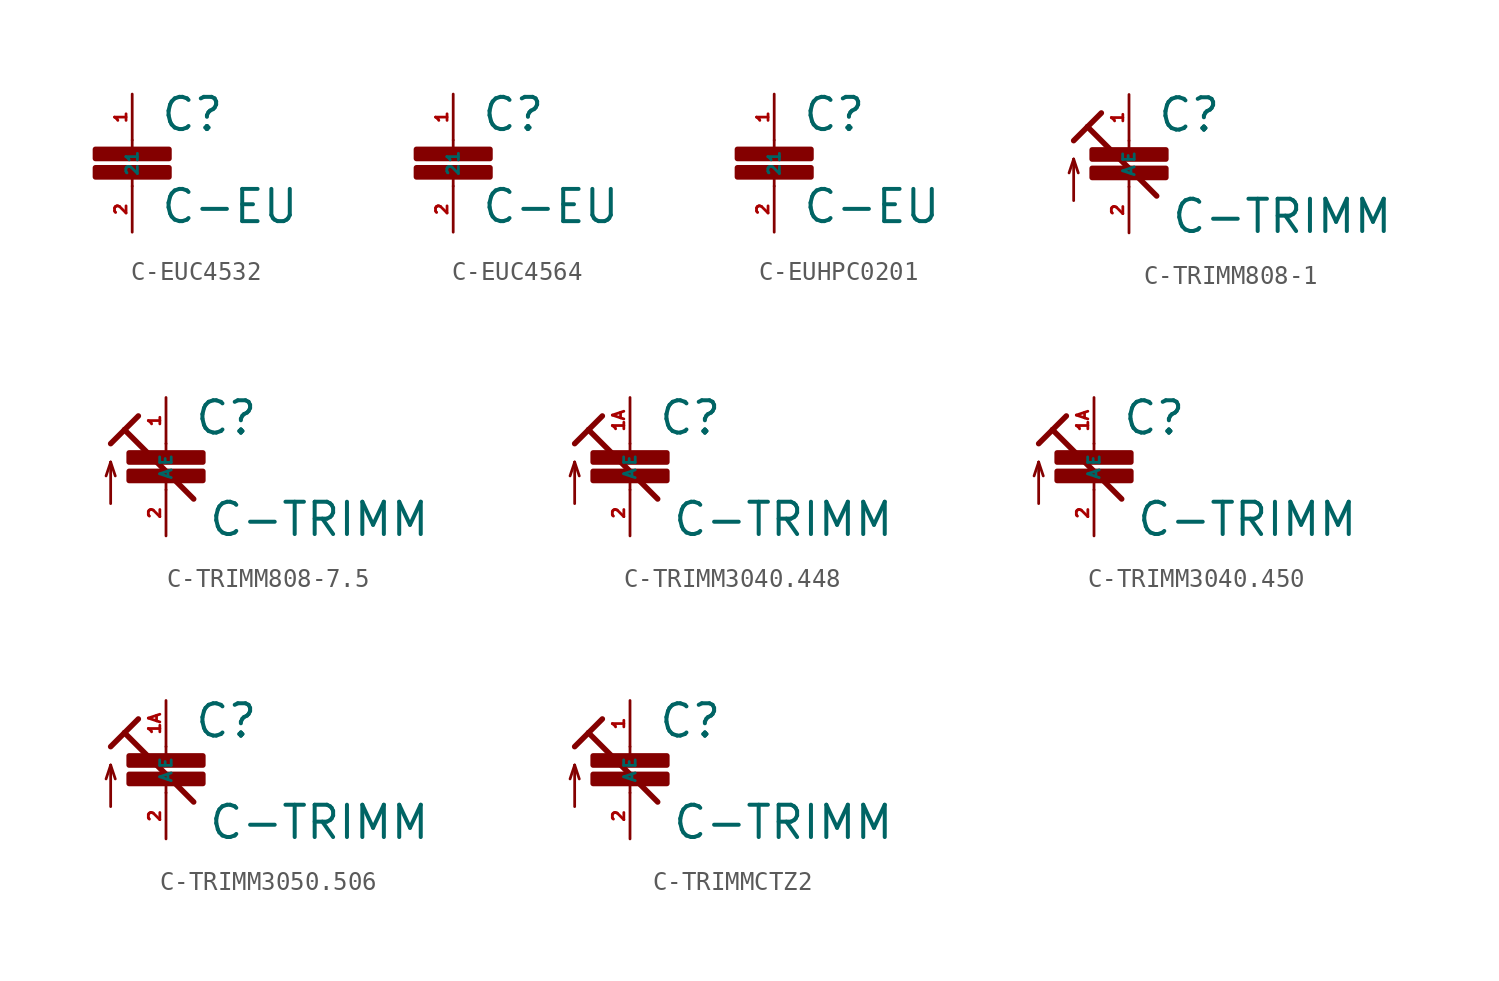
<source format=kicad_sym>
(kicad_symbol_lib
  (version 20220914)
  (generator Eagle2Kicad)
  (symbol "C-EUC4532"
    (property "Reference" "C"
      (at 1.524 0.381 0)
      (effects (font (size 1.778 1.778) (thickness 0.22)) (justify left bottom)))
    (property "Value" "C-EU"
      (at 1.524 -4.699 0)
      (effects (font (size 1.778 1.778) (thickness 0.22)) (justify left bottom)))
    (polyline
      (pts (xy 0 0) (xy 0 -0.508))
      (stroke (width 0.152) (type default))
      (fill (type none)))
    (polyline
      (pts (xy 0 -2.54) (xy 0 -2.032))
      (stroke (width 0.152) (type default))
      (fill (type none)))
    (rectangle
      (start -2.032 -2.032)
      (end 2.032 -1.524)
      (stroke (width 0.3) (type default))
      (fill (type outline)))
    (rectangle
      (start -2.032 -1.016)
      (end 2.032 -0.508)
      (stroke (width 0.3) (type default))
      (fill (type outline)))
    (pin passive line
      (at 0 2.54 270)
      (length 2.54)
      (name "1" (effects (font (size 0.635 0.635) (thickness 0.08)) (justify left bottom)))
      (number "1" (effects (font (size 0.635 0.635) (thickness 0.08)) (justify left bottom))))
    (pin passive line
      (at 0 -5.08 90)
      (length 2.54)
      (name "2" (effects (font (size 0.635 0.635) (thickness 0.08)) (justify left bottom)))
      (number "2" (effects (font (size 0.635 0.635) (thickness 0.08)) (justify left bottom)))))
  (symbol "C-EUC4564"
    (property "Reference" "C"
      (at 1.524 0.381 0)
      (effects (font (size 1.778 1.778) (thickness 0.22)) (justify left bottom)))
    (property "Value" "C-EU"
      (at 1.524 -4.699 0)
      (effects (font (size 1.778 1.778) (thickness 0.22)) (justify left bottom)))
    (polyline
      (pts (xy 0 0) (xy 0 -0.508))
      (stroke (width 0.152) (type default))
      (fill (type none)))
    (polyline
      (pts (xy 0 -2.54) (xy 0 -2.032))
      (stroke (width 0.152) (type default))
      (fill (type none)))
    (rectangle
      (start -2.032 -2.032)
      (end 2.032 -1.524)
      (stroke (width 0.3) (type default))
      (fill (type outline)))
    (rectangle
      (start -2.032 -1.016)
      (end 2.032 -0.508)
      (stroke (width 0.3) (type default))
      (fill (type outline)))
    (pin passive line
      (at 0 2.54 270)
      (length 2.54)
      (name "1" (effects (font (size 0.635 0.635) (thickness 0.08)) (justify left bottom)))
      (number "1" (effects (font (size 0.635 0.635) (thickness 0.08)) (justify left bottom))))
    (pin passive line
      (at 0 -5.08 90)
      (length 2.54)
      (name "2" (effects (font (size 0.635 0.635) (thickness 0.08)) (justify left bottom)))
      (number "2" (effects (font (size 0.635 0.635) (thickness 0.08)) (justify left bottom)))))
  (symbol "C-EUHPC0201"
    (property "Reference" "C"
      (at 1.524 0.381 0)
      (effects (font (size 1.778 1.778) (thickness 0.22)) (justify left bottom)))
    (property "Value" "C-EU"
      (at 1.524 -4.699 0)
      (effects (font (size 1.778 1.778) (thickness 0.22)) (justify left bottom)))
    (polyline
      (pts (xy 0 0) (xy 0 -0.508))
      (stroke (width 0.152) (type default))
      (fill (type none)))
    (polyline
      (pts (xy 0 -2.54) (xy 0 -2.032))
      (stroke (width 0.152) (type default))
      (fill (type none)))
    (rectangle
      (start -2.032 -2.032)
      (end 2.032 -1.524)
      (stroke (width 0.3) (type default))
      (fill (type outline)))
    (rectangle
      (start -2.032 -1.016)
      (end 2.032 -0.508)
      (stroke (width 0.3) (type default))
      (fill (type outline)))
    (pin passive line
      (at 0 2.54 270)
      (length 2.54)
      (name "1" (effects (font (size 0.635 0.635) (thickness 0.08)) (justify left bottom)))
      (number "1" (effects (font (size 0.635 0.635) (thickness 0.08)) (justify left bottom))))
    (pin passive line
      (at 0 -5.08 90)
      (length 2.54)
      (name "2" (effects (font (size 0.635 0.635) (thickness 0.08)) (justify left bottom)))
      (number "2" (effects (font (size 0.635 0.635) (thickness 0.08)) (justify left bottom)))))
  (symbol "C-TRIMM808-1"
    (property "Reference" "C"
      (at 1.524 0.381 0)
      (effects (font (size 1.778 1.778) (thickness 0.22)) (justify left bottom)))
    (property "Value" "C-TRIMM"
      (at 2.286 -5.207 0)
      (effects (font (size 1.778 1.778) (thickness 0.22)) (justify left bottom)))
    (polyline
      (pts (xy 0 0) (xy 0 -0.508))
      (stroke (width 0.152) (type default))
      (fill (type none)))
    (polyline
      (pts (xy 0 -2.54) (xy 0 -2.032))
      (stroke (width 0.152) (type default))
      (fill (type none)))
    (polyline
      (pts (xy 1.524 -3.048) (xy -2.286 0.762))
      (stroke (width 0.305) (type default))
      (fill (type none)))
    (polyline
      (pts (xy -3.048 0) (xy -2.286 0.762))
      (stroke (width 0.305) (type default))
      (fill (type none)))
    (polyline
      (pts (xy -2.286 0.762) (xy -1.524 1.524))
      (stroke (width 0.305) (type default))
      (fill (type none)))
    (polyline
      (pts (xy -3.048 -3.302) (xy -3.048 -1.016))
      (stroke (width 0.152) (type default))
      (fill (type none)))
    (polyline
      (pts (xy -3.048 -1.016) (xy -3.302 -1.778))
      (stroke (width 0.152) (type default))
      (fill (type none)))
    (polyline
      (pts (xy -3.048 -1.016) (xy -2.794 -1.778))
      (stroke (width 0.152) (type default))
      (fill (type none)))
    (rectangle
      (start -2.032 -2.032)
      (end 2.032 -1.524)
      (stroke (width 0.3) (type default))
      (fill (type outline)))
    (rectangle
      (start -2.032 -1.016)
      (end 2.032 -0.508)
      (stroke (width 0.3) (type default))
      (fill (type outline)))
    (pin passive line
      (at 0 2.54 270)
      (length 2.54)
      (name "E" (effects (font (size 0.635 0.635) (thickness 0.08)) (justify left bottom)))
      (number "1" (effects (font (size 0.635 0.635) (thickness 0.08)) (justify left bottom))))
    (pin passive line
      (at 0 -5.08 90)
      (length 2.54)
      (name "A" (effects (font (size 0.635 0.635) (thickness 0.08)) (justify left bottom)))
      (number "2" (effects (font (size 0.635 0.635) (thickness 0.08)) (justify left bottom)))))
  (symbol "C-TRIMM808-7.5"
    (property "Reference" "C"
      (at 1.524 0.381 0)
      (effects (font (size 1.778 1.778) (thickness 0.22)) (justify left bottom)))
    (property "Value" "C-TRIMM"
      (at 2.286 -5.207 0)
      (effects (font (size 1.778 1.778) (thickness 0.22)) (justify left bottom)))
    (polyline
      (pts (xy 0 0) (xy 0 -0.508))
      (stroke (width 0.152) (type default))
      (fill (type none)))
    (polyline
      (pts (xy 0 -2.54) (xy 0 -2.032))
      (stroke (width 0.152) (type default))
      (fill (type none)))
    (polyline
      (pts (xy 1.524 -3.048) (xy -2.286 0.762))
      (stroke (width 0.305) (type default))
      (fill (type none)))
    (polyline
      (pts (xy -3.048 0) (xy -2.286 0.762))
      (stroke (width 0.305) (type default))
      (fill (type none)))
    (polyline
      (pts (xy -2.286 0.762) (xy -1.524 1.524))
      (stroke (width 0.305) (type default))
      (fill (type none)))
    (polyline
      (pts (xy -3.048 -3.302) (xy -3.048 -1.016))
      (stroke (width 0.152) (type default))
      (fill (type none)))
    (polyline
      (pts (xy -3.048 -1.016) (xy -3.302 -1.778))
      (stroke (width 0.152) (type default))
      (fill (type none)))
    (polyline
      (pts (xy -3.048 -1.016) (xy -2.794 -1.778))
      (stroke (width 0.152) (type default))
      (fill (type none)))
    (rectangle
      (start -2.032 -2.032)
      (end 2.032 -1.524)
      (stroke (width 0.3) (type default))
      (fill (type outline)))
    (rectangle
      (start -2.032 -1.016)
      (end 2.032 -0.508)
      (stroke (width 0.3) (type default))
      (fill (type outline)))
    (pin passive line
      (at 0 2.54 270)
      (length 2.54)
      (name "E" (effects (font (size 0.635 0.635) (thickness 0.08)) (justify left bottom)))
      (number "1" (effects (font (size 0.635 0.635) (thickness 0.08)) (justify left bottom))))
    (pin passive line
      (at 0 -5.08 90)
      (length 2.54)
      (name "A" (effects (font (size 0.635 0.635) (thickness 0.08)) (justify left bottom)))
      (number "2" (effects (font (size 0.635 0.635) (thickness 0.08)) (justify left bottom)))))
  (symbol "C-TRIMM3040.448"
    (property "Reference" "C"
      (at 1.524 0.381 0)
      (effects (font (size 1.778 1.778) (thickness 0.22)) (justify left bottom)))
    (property "Value" "C-TRIMM"
      (at 2.286 -5.207 0)
      (effects (font (size 1.778 1.778) (thickness 0.22)) (justify left bottom)))
    (polyline
      (pts (xy 0 0) (xy 0 -0.508))
      (stroke (width 0.152) (type default))
      (fill (type none)))
    (polyline
      (pts (xy 0 -2.54) (xy 0 -2.032))
      (stroke (width 0.152) (type default))
      (fill (type none)))
    (polyline
      (pts (xy 1.524 -3.048) (xy -2.286 0.762))
      (stroke (width 0.305) (type default))
      (fill (type none)))
    (polyline
      (pts (xy -3.048 0) (xy -2.286 0.762))
      (stroke (width 0.305) (type default))
      (fill (type none)))
    (polyline
      (pts (xy -2.286 0.762) (xy -1.524 1.524))
      (stroke (width 0.305) (type default))
      (fill (type none)))
    (polyline
      (pts (xy -3.048 -3.302) (xy -3.048 -1.016))
      (stroke (width 0.152) (type default))
      (fill (type none)))
    (polyline
      (pts (xy -3.048 -1.016) (xy -3.302 -1.778))
      (stroke (width 0.152) (type default))
      (fill (type none)))
    (polyline
      (pts (xy -3.048 -1.016) (xy -2.794 -1.778))
      (stroke (width 0.152) (type default))
      (fill (type none)))
    (rectangle
      (start -2.032 -2.032)
      (end 2.032 -1.524)
      (stroke (width 0.3) (type default))
      (fill (type outline)))
    (rectangle
      (start -2.032 -1.016)
      (end 2.032 -0.508)
      (stroke (width 0.3) (type default))
      (fill (type outline)))
    (pin passive line
      (at 0 2.54 270)
      (length 2.54)
      (name "E" (effects (font (size 0.635 0.635) (thickness 0.08)) (justify left bottom)))
      (number "1A" (effects (font (size 0.635 0.635) (thickness 0.08)) (justify left bottom))))
    (pin passive line
      (at 0 -5.08 90)
      (length 2.54)
      (name "A" (effects (font (size 0.635 0.635) (thickness 0.08)) (justify left bottom)))
      (number "2" (effects (font (size 0.635 0.635) (thickness 0.08)) (justify left bottom)))))
  (symbol "C-TRIMM3040.450"
    (property "Reference" "C"
      (at 1.524 0.381 0)
      (effects (font (size 1.778 1.778) (thickness 0.22)) (justify left bottom)))
    (property "Value" "C-TRIMM"
      (at 2.286 -5.207 0)
      (effects (font (size 1.778 1.778) (thickness 0.22)) (justify left bottom)))
    (polyline
      (pts (xy 0 0) (xy 0 -0.508))
      (stroke (width 0.152) (type default))
      (fill (type none)))
    (polyline
      (pts (xy 0 -2.54) (xy 0 -2.032))
      (stroke (width 0.152) (type default))
      (fill (type none)))
    (polyline
      (pts (xy 1.524 -3.048) (xy -2.286 0.762))
      (stroke (width 0.305) (type default))
      (fill (type none)))
    (polyline
      (pts (xy -3.048 0) (xy -2.286 0.762))
      (stroke (width 0.305) (type default))
      (fill (type none)))
    (polyline
      (pts (xy -2.286 0.762) (xy -1.524 1.524))
      (stroke (width 0.305) (type default))
      (fill (type none)))
    (polyline
      (pts (xy -3.048 -3.302) (xy -3.048 -1.016))
      (stroke (width 0.152) (type default))
      (fill (type none)))
    (polyline
      (pts (xy -3.048 -1.016) (xy -3.302 -1.778))
      (stroke (width 0.152) (type default))
      (fill (type none)))
    (polyline
      (pts (xy -3.048 -1.016) (xy -2.794 -1.778))
      (stroke (width 0.152) (type default))
      (fill (type none)))
    (rectangle
      (start -2.032 -2.032)
      (end 2.032 -1.524)
      (stroke (width 0.3) (type default))
      (fill (type outline)))
    (rectangle
      (start -2.032 -1.016)
      (end 2.032 -0.508)
      (stroke (width 0.3) (type default))
      (fill (type outline)))
    (pin passive line
      (at 0 2.54 270)
      (length 2.54)
      (name "E" (effects (font (size 0.635 0.635) (thickness 0.08)) (justify left bottom)))
      (number "1A" (effects (font (size 0.635 0.635) (thickness 0.08)) (justify left bottom))))
    (pin passive line
      (at 0 -5.08 90)
      (length 2.54)
      (name "A" (effects (font (size 0.635 0.635) (thickness 0.08)) (justify left bottom)))
      (number "2" (effects (font (size 0.635 0.635) (thickness 0.08)) (justify left bottom)))))
  (symbol "C-TRIMM3050.506"
    (property "Reference" "C"
      (at 1.524 0.381 0)
      (effects (font (size 1.778 1.778) (thickness 0.22)) (justify left bottom)))
    (property "Value" "C-TRIMM"
      (at 2.286 -5.207 0)
      (effects (font (size 1.778 1.778) (thickness 0.22)) (justify left bottom)))
    (polyline
      (pts (xy 0 0) (xy 0 -0.508))
      (stroke (width 0.152) (type default))
      (fill (type none)))
    (polyline
      (pts (xy 0 -2.54) (xy 0 -2.032))
      (stroke (width 0.152) (type default))
      (fill (type none)))
    (polyline
      (pts (xy 1.524 -3.048) (xy -2.286 0.762))
      (stroke (width 0.305) (type default))
      (fill (type none)))
    (polyline
      (pts (xy -3.048 0) (xy -2.286 0.762))
      (stroke (width 0.305) (type default))
      (fill (type none)))
    (polyline
      (pts (xy -2.286 0.762) (xy -1.524 1.524))
      (stroke (width 0.305) (type default))
      (fill (type none)))
    (polyline
      (pts (xy -3.048 -3.302) (xy -3.048 -1.016))
      (stroke (width 0.152) (type default))
      (fill (type none)))
    (polyline
      (pts (xy -3.048 -1.016) (xy -3.302 -1.778))
      (stroke (width 0.152) (type default))
      (fill (type none)))
    (polyline
      (pts (xy -3.048 -1.016) (xy -2.794 -1.778))
      (stroke (width 0.152) (type default))
      (fill (type none)))
    (rectangle
      (start -2.032 -2.032)
      (end 2.032 -1.524)
      (stroke (width 0.3) (type default))
      (fill (type outline)))
    (rectangle
      (start -2.032 -1.016)
      (end 2.032 -0.508)
      (stroke (width 0.3) (type default))
      (fill (type outline)))
    (pin passive line
      (at 0 2.54 270)
      (length 2.54)
      (name "E" (effects (font (size 0.635 0.635) (thickness 0.08)) (justify left bottom)))
      (number "1A" (effects (font (size 0.635 0.635) (thickness 0.08)) (justify left bottom))))
    (pin passive line
      (at 0 -5.08 90)
      (length 2.54)
      (name "A" (effects (font (size 0.635 0.635) (thickness 0.08)) (justify left bottom)))
      (number "2" (effects (font (size 0.635 0.635) (thickness 0.08)) (justify left bottom)))))
  (symbol "C-TRIMMCTZ2"
    (property "Reference" "C"
      (at 1.524 0.381 0)
      (effects (font (size 1.778 1.778) (thickness 0.22)) (justify left bottom)))
    (property "Value" "C-TRIMM"
      (at 2.286 -5.207 0)
      (effects (font (size 1.778 1.778) (thickness 0.22)) (justify left bottom)))
    (polyline
      (pts (xy 0 0) (xy 0 -0.508))
      (stroke (width 0.152) (type default))
      (fill (type none)))
    (polyline
      (pts (xy 0 -2.54) (xy 0 -2.032))
      (stroke (width 0.152) (type default))
      (fill (type none)))
    (polyline
      (pts (xy 1.524 -3.048) (xy -2.286 0.762))
      (stroke (width 0.305) (type default))
      (fill (type none)))
    (polyline
      (pts (xy -3.048 0) (xy -2.286 0.762))
      (stroke (width 0.305) (type default))
      (fill (type none)))
    (polyline
      (pts (xy -2.286 0.762) (xy -1.524 1.524))
      (stroke (width 0.305) (type default))
      (fill (type none)))
    (polyline
      (pts (xy -3.048 -3.302) (xy -3.048 -1.016))
      (stroke (width 0.152) (type default))
      (fill (type none)))
    (polyline
      (pts (xy -3.048 -1.016) (xy -3.302 -1.778))
      (stroke (width 0.152) (type default))
      (fill (type none)))
    (polyline
      (pts (xy -3.048 -1.016) (xy -2.794 -1.778))
      (stroke (width 0.152) (type default))
      (fill (type none)))
    (rectangle
      (start -2.032 -2.032)
      (end 2.032 -1.524)
      (stroke (width 0.3) (type default))
      (fill (type outline)))
    (rectangle
      (start -2.032 -1.016)
      (end 2.032 -0.508)
      (stroke (width 0.3) (type default))
      (fill (type outline)))
    (pin passive line
      (at 0 2.54 270)
      (length 2.54)
      (name "E" (effects (font (size 0.635 0.635) (thickness 0.08)) (justify left bottom)))
      (number "1" (effects (font (size 0.635 0.635) (thickness 0.08)) (justify left bottom))))
    (pin passive line
      (at 0 -5.08 90)
      (length 2.54)
      (name "A" (effects (font (size 0.635 0.635) (thickness 0.08)) (justify left bottom)))
      (number "2" (effects (font (size 0.635 0.635) (thickness 0.08)) (justify left bottom))))))
</source>
